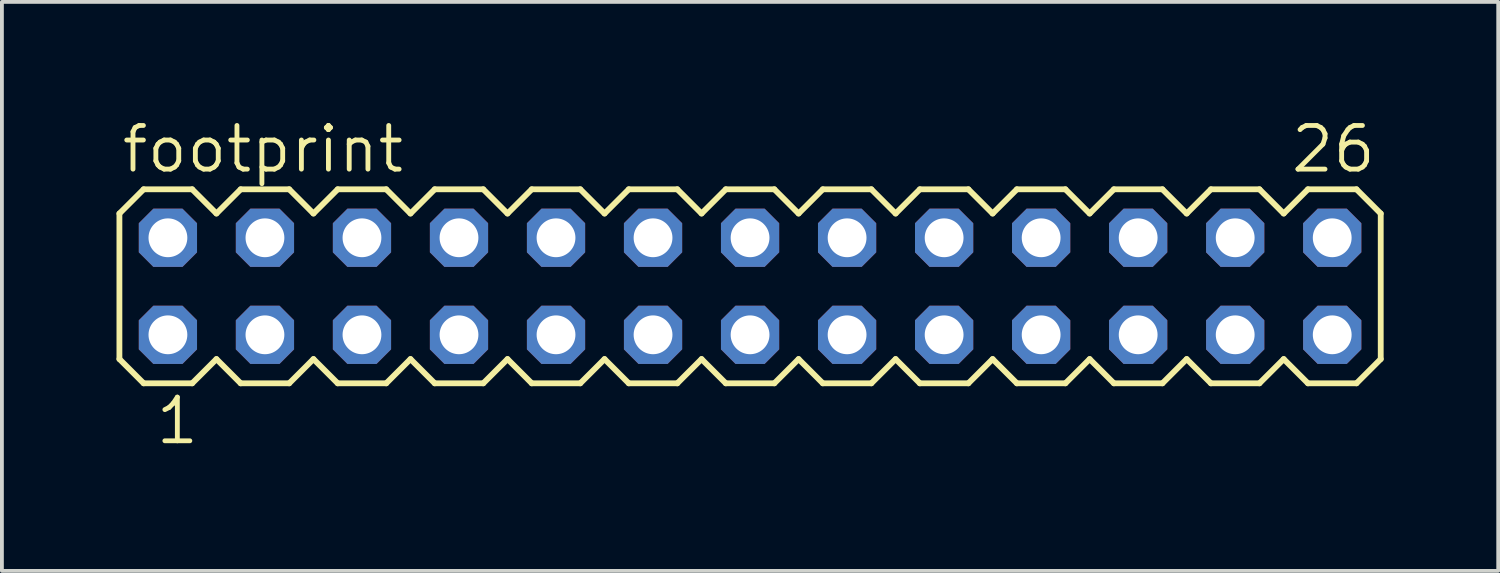
<source format=kicad_pcb>
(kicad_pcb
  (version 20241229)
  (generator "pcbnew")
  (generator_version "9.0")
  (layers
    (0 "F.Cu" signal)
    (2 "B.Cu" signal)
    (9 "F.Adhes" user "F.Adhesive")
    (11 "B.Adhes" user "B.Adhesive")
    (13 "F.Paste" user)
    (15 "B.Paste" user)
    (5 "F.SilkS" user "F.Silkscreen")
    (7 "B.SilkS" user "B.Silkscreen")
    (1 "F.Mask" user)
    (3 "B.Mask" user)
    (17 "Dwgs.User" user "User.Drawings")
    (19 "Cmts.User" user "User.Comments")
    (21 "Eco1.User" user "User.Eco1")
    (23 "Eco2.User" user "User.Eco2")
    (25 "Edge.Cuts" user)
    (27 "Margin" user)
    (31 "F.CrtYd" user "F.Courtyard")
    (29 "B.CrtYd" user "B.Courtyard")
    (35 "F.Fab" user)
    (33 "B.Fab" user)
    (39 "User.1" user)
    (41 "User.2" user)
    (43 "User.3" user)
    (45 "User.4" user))
  (footprint "footprint"
    (layer "F.Cu")
    (at 16.586 4.445)
    (property "Reference" "footprint" (at -16.51 -2.921 0) (layer "F.SilkS") (effects (font (size 1.143 1.143) (thickness 0.127)) (justify left bottom)))
    (fp_line (start -16.51 -1.905) (end -16.51 1.905) (stroke (width 0.152) (type solid)) (layer "F.SilkS"))
    (fp_line (start -16.51 1.905) (end -15.875 2.54) (stroke (width 0.152) (type solid)) (layer "F.SilkS"))
    (fp_line (start -15.875 -2.54) (end -16.51 -1.905) (stroke (width 0.152) (type solid)) (layer "F.SilkS"))
    (fp_line (start -15.875 -2.54) (end -14.605 -2.54) (stroke (width 0.152) (type solid)) (layer "F.SilkS"))
    (fp_line (start -14.605 -2.54) (end -13.97 -1.905) (stroke (width 0.152) (type solid)) (layer "F.SilkS"))
    (fp_line (start -14.605 2.54) (end -15.875 2.54) (stroke (width 0.152) (type solid)) (layer "F.SilkS"))
    (fp_line (start -13.97 -1.905) (end -13.335 -2.54) (stroke (width 0.152) (type solid)) (layer "F.SilkS"))
    (fp_line (start -13.97 1.905) (end -14.605 2.54) (stroke (width 0.152) (type solid)) (layer "F.SilkS"))
    (fp_line (start -13.335 -2.54) (end -12.065 -2.54) (stroke (width 0.152) (type solid)) (layer "F.SilkS"))
    (fp_line (start -13.335 2.54) (end -13.97 1.905) (stroke (width 0.152) (type solid)) (layer "F.SilkS"))
    (fp_line (start -12.065 -2.54) (end -11.43 -1.905) (stroke (width 0.152) (type solid)) (layer "F.SilkS"))
    (fp_line (start -12.065 2.54) (end -13.335 2.54) (stroke (width 0.152) (type solid)) (layer "F.SilkS"))
    (fp_line (start -11.43 -1.905) (end -10.795 -2.54) (stroke (width 0.152) (type solid)) (layer "F.SilkS"))
    (fp_line (start -11.43 1.905) (end -12.065 2.54) (stroke (width 0.152) (type solid)) (layer "F.SilkS"))
    (fp_line (start -10.795 -2.54) (end -9.525 -2.54) (stroke (width 0.152) (type solid)) (layer "F.SilkS"))
    (fp_line (start -10.795 2.54) (end -11.43 1.905) (stroke (width 0.152) (type solid)) (layer "F.SilkS"))
    (fp_line (start -9.525 -2.54) (end -8.89 -1.905) (stroke (width 0.152) (type solid)) (layer "F.SilkS"))
    (fp_line (start -9.525 2.54) (end -10.795 2.54) (stroke (width 0.152) (type solid)) (layer "F.SilkS"))
    (fp_line (start -8.89 1.905) (end -9.525 2.54) (stroke (width 0.152) (type solid)) (layer "F.SilkS"))
    (fp_line (start -8.89 1.905) (end -8.255 2.54) (stroke (width 0.152) (type solid)) (layer "F.SilkS"))
    (fp_line (start -8.255 -2.54) (end -8.89 -1.905) (stroke (width 0.152) (type solid)) (layer "F.SilkS"))
    (fp_line (start -8.255 -2.54) (end -6.985 -2.54) (stroke (width 0.152) (type solid)) (layer "F.SilkS"))
    (fp_line (start -6.985 -2.54) (end -6.35 -1.905) (stroke (width 0.152) (type solid)) (layer "F.SilkS"))
    (fp_line (start -6.985 2.54) (end -8.255 2.54) (stroke (width 0.152) (type solid)) (layer "F.SilkS"))
    (fp_line (start -6.35 -1.905) (end -5.715 -2.54) (stroke (width 0.152) (type solid)) (layer "F.SilkS"))
    (fp_line (start -6.35 1.905) (end -6.985 2.54) (stroke (width 0.152) (type solid)) (layer "F.SilkS"))
    (fp_line (start -5.715 -2.54) (end -4.445 -2.54) (stroke (width 0.152) (type solid)) (layer "F.SilkS"))
    (fp_line (start -5.715 2.54) (end -6.35 1.905) (stroke (width 0.152) (type solid)) (layer "F.SilkS"))
    (fp_line (start -4.445 -2.54) (end -3.81 -1.905) (stroke (width 0.152) (type solid)) (layer "F.SilkS"))
    (fp_line (start -4.445 2.54) (end -5.715 2.54) (stroke (width 0.152) (type solid)) (layer "F.SilkS"))
    (fp_line (start -3.81 -1.905) (end -3.175 -2.54) (stroke (width 0.152) (type solid)) (layer "F.SilkS"))
    (fp_line (start -3.81 1.905) (end -4.445 2.54) (stroke (width 0.152) (type solid)) (layer "F.SilkS"))
    (fp_line (start -3.175 -2.54) (end -1.905 -2.54) (stroke (width 0.152) (type solid)) (layer "F.SilkS"))
    (fp_line (start -3.175 2.54) (end -3.81 1.905) (stroke (width 0.152) (type solid)) (layer "F.SilkS"))
    (fp_line (start -1.905 -2.54) (end -1.27 -1.905) (stroke (width 0.152) (type solid)) (layer "F.SilkS"))
    (fp_line (start -1.905 2.54) (end -3.175 2.54) (stroke (width 0.152) (type solid)) (layer "F.SilkS"))
    (fp_line (start -1.27 -1.905) (end -0.635 -2.54) (stroke (width 0.152) (type solid)) (layer "F.SilkS"))
    (fp_line (start -1.27 1.905) (end -1.905 2.54) (stroke (width 0.152) (type solid)) (layer "F.SilkS"))
    (fp_line (start -0.635 -2.54) (end 0.635 -2.54) (stroke (width 0.152) (type solid)) (layer "F.SilkS"))
    (fp_line (start -0.635 2.54) (end -1.27 1.905) (stroke (width 0.152) (type solid)) (layer "F.SilkS"))
    (fp_line (start 0.635 -2.54) (end 1.27 -1.905) (stroke (width 0.152) (type solid)) (layer "F.SilkS"))
    (fp_line (start 0.635 2.54) (end -0.635 2.54) (stroke (width 0.152) (type solid)) (layer "F.SilkS"))
    (fp_line (start 1.27 1.905) (end 0.635 2.54) (stroke (width 0.152) (type solid)) (layer "F.SilkS"))
    (fp_line (start 1.27 1.905) (end 1.905 2.54) (stroke (width 0.152) (type solid)) (layer "F.SilkS"))
    (fp_line (start 1.905 -2.54) (end 1.27 -1.905) (stroke (width 0.152) (type solid)) (layer "F.SilkS"))
    (fp_line (start 1.905 -2.54) (end 3.175 -2.54) (stroke (width 0.152) (type solid)) (layer "F.SilkS"))
    (fp_line (start 3.175 -2.54) (end 3.81 -1.905) (stroke (width 0.152) (type solid)) (layer "F.SilkS"))
    (fp_line (start 3.175 2.54) (end 1.905 2.54) (stroke (width 0.152) (type solid)) (layer "F.SilkS"))
    (fp_line (start 3.81 -1.905) (end 4.445 -2.54) (stroke (width 0.152) (type solid)) (layer "F.SilkS"))
    (fp_line (start 3.81 1.905) (end 3.175 2.54) (stroke (width 0.152) (type solid)) (layer "F.SilkS"))
    (fp_line (start 4.445 -2.54) (end 5.715 -2.54) (stroke (width 0.152) (type solid)) (layer "F.SilkS"))
    (fp_line (start 4.445 2.54) (end 3.81 1.905) (stroke (width 0.152) (type solid)) (layer "F.SilkS"))
    (fp_line (start 5.715 -2.54) (end 6.35 -1.905) (stroke (width 0.152) (type solid)) (layer "F.SilkS"))
    (fp_line (start 5.715 2.54) (end 4.445 2.54) (stroke (width 0.152) (type solid)) (layer "F.SilkS"))
    (fp_line (start 6.35 -1.905) (end 6.985 -2.54) (stroke (width 0.152) (type solid)) (layer "F.SilkS"))
    (fp_line (start 6.35 1.905) (end 5.715 2.54) (stroke (width 0.152) (type solid)) (layer "F.SilkS"))
    (fp_line (start 6.985 -2.54) (end 8.255 -2.54) (stroke (width 0.152) (type solid)) (layer "F.SilkS"))
    (fp_line (start 6.985 2.54) (end 6.35 1.905) (stroke (width 0.152) (type solid)) (layer "F.SilkS"))
    (fp_line (start 8.255 -2.54) (end 8.89 -1.905) (stroke (width 0.152) (type solid)) (layer "F.SilkS"))
    (fp_line (start 8.255 2.54) (end 6.985 2.54) (stroke (width 0.152) (type solid)) (layer "F.SilkS"))
    (fp_line (start 8.89 1.905) (end 8.255 2.54) (stroke (width 0.152) (type solid)) (layer "F.SilkS"))
    (fp_line (start 8.89 1.905) (end 9.525 2.54) (stroke (width 0.152) (type solid)) (layer "F.SilkS"))
    (fp_line (start 9.525 -2.54) (end 8.89 -1.905) (stroke (width 0.152) (type solid)) (layer "F.SilkS"))
    (fp_line (start 9.525 -2.54) (end 10.795 -2.54) (stroke (width 0.152) (type solid)) (layer "F.SilkS"))
    (fp_line (start 10.795 -2.54) (end 11.43 -1.905) (stroke (width 0.152) (type solid)) (layer "F.SilkS"))
    (fp_line (start 10.795 2.54) (end 9.525 2.54) (stroke (width 0.152) (type solid)) (layer "F.SilkS"))
    (fp_line (start 11.43 -1.905) (end 12.065 -2.54) (stroke (width 0.152) (type solid)) (layer "F.SilkS"))
    (fp_line (start 11.43 1.905) (end 10.795 2.54) (stroke (width 0.152) (type solid)) (layer "F.SilkS"))
    (fp_line (start 12.065 -2.54) (end 13.335 -2.54) (stroke (width 0.152) (type solid)) (layer "F.SilkS"))
    (fp_line (start 12.065 2.54) (end 11.43 1.905) (stroke (width 0.152) (type solid)) (layer "F.SilkS"))
    (fp_line (start 13.335 -2.54) (end 13.97 -1.905) (stroke (width 0.152) (type solid)) (layer "F.SilkS"))
    (fp_line (start 13.335 2.54) (end 12.065 2.54) (stroke (width 0.152) (type solid)) (layer "F.SilkS"))
    (fp_line (start 13.97 -1.905) (end 14.605 -2.54) (stroke (width 0.152) (type solid)) (layer "F.SilkS"))
    (fp_line (start 13.97 1.905) (end 13.335 2.54) (stroke (width 0.152) (type solid)) (layer "F.SilkS"))
    (fp_line (start 14.605 -2.54) (end 15.875 -2.54) (stroke (width 0.152) (type solid)) (layer "F.SilkS"))
    (fp_line (start 14.605 2.54) (end 13.97 1.905) (stroke (width 0.152) (type solid)) (layer "F.SilkS"))
    (fp_line (start 15.875 -2.54) (end 16.51 -1.905) (stroke (width 0.152) (type solid)) (layer "F.SilkS"))
    (fp_line (start 15.875 2.54) (end 14.605 2.54) (stroke (width 0.152) (type solid)) (layer "F.SilkS"))
    (fp_line (start 16.51 -1.905) (end 16.51 1.905) (stroke (width 0.152) (type solid)) (layer "F.SilkS"))
    (fp_line (start 16.51 1.905) (end 15.875 2.54) (stroke (width 0.152) (type solid)) (layer "F.SilkS"))
    (fp_poly (pts (xy -15.494 -1.016) (xy -14.986 -1.016) (xy -14.986 -1.524) (xy -15.494 -1.524)) (stroke (width 0.1) (type solid)) (fill no) (layer "F.Fab"))
    (fp_poly (pts (xy -15.494 1.524) (xy -14.986 1.524) (xy -14.986 1.016) (xy -15.494 1.016)) (stroke (width 0.1) (type solid)) (fill no) (layer "F.Fab"))
    (fp_poly (pts (xy -12.954 -1.016) (xy -12.446 -1.016) (xy -12.446 -1.524) (xy -12.954 -1.524)) (stroke (width 0.1) (type solid)) (fill no) (layer "F.Fab"))
    (fp_poly (pts (xy -12.954 1.524) (xy -12.446 1.524) (xy -12.446 1.016) (xy -12.954 1.016)) (stroke (width 0.1) (type solid)) (fill no) (layer "F.Fab"))
    (fp_poly (pts (xy -10.414 -1.016) (xy -9.906 -1.016) (xy -9.906 -1.524) (xy -10.414 -1.524)) (stroke (width 0.1) (type solid)) (fill no) (layer "F.Fab"))
    (fp_poly (pts (xy -10.414 1.524) (xy -9.906 1.524) (xy -9.906 1.016) (xy -10.414 1.016)) (stroke (width 0.1) (type solid)) (fill no) (layer "F.Fab"))
    (fp_poly (pts (xy -7.874 -1.016) (xy -7.366 -1.016) (xy -7.366 -1.524) (xy -7.874 -1.524)) (stroke (width 0.1) (type solid)) (fill no) (layer "F.Fab"))
    (fp_poly (pts (xy -7.874 1.524) (xy -7.366 1.524) (xy -7.366 1.016) (xy -7.874 1.016)) (stroke (width 0.1) (type solid)) (fill no) (layer "F.Fab"))
    (fp_poly (pts (xy -5.334 -1.016) (xy -4.826 -1.016) (xy -4.826 -1.524) (xy -5.334 -1.524)) (stroke (width 0.1) (type solid)) (fill no) (layer "F.Fab"))
    (fp_poly (pts (xy -5.334 1.524) (xy -4.826 1.524) (xy -4.826 1.016) (xy -5.334 1.016)) (stroke (width 0.1) (type solid)) (fill no) (layer "F.Fab"))
    (fp_poly (pts (xy -2.794 -1.016) (xy -2.286 -1.016) (xy -2.286 -1.524) (xy -2.794 -1.524)) (stroke (width 0.1) (type solid)) (fill no) (layer "F.Fab"))
    (fp_poly (pts (xy -2.794 1.524) (xy -2.286 1.524) (xy -2.286 1.016) (xy -2.794 1.016)) (stroke (width 0.1) (type solid)) (fill no) (layer "F.Fab"))
    (fp_poly (pts (xy -0.254 -1.016) (xy 0.254 -1.016) (xy 0.254 -1.524) (xy -0.254 -1.524)) (stroke (width 0.1) (type solid)) (fill no) (layer "F.Fab"))
    (fp_poly (pts (xy -0.254 1.524) (xy 0.254 1.524) (xy 0.254 1.016) (xy -0.254 1.016)) (stroke (width 0.1) (type solid)) (fill no) (layer "F.Fab"))
    (fp_poly (pts (xy 2.286 -1.016) (xy 2.794 -1.016) (xy 2.794 -1.524) (xy 2.286 -1.524)) (stroke (width 0.1) (type solid)) (fill no) (layer "F.Fab"))
    (fp_poly (pts (xy 2.286 1.524) (xy 2.794 1.524) (xy 2.794 1.016) (xy 2.286 1.016)) (stroke (width 0.1) (type solid)) (fill no) (layer "F.Fab"))
    (fp_poly (pts (xy 4.826 -1.016) (xy 5.334 -1.016) (xy 5.334 -1.524) (xy 4.826 -1.524)) (stroke (width 0.1) (type solid)) (fill no) (layer "F.Fab"))
    (fp_poly (pts (xy 4.826 1.524) (xy 5.334 1.524) (xy 5.334 1.016) (xy 4.826 1.016)) (stroke (width 0.1) (type solid)) (fill no) (layer "F.Fab"))
    (fp_poly (pts (xy 7.366 -1.016) (xy 7.874 -1.016) (xy 7.874 -1.524) (xy 7.366 -1.524)) (stroke (width 0.1) (type solid)) (fill no) (layer "F.Fab"))
    (fp_poly (pts (xy 7.366 1.524) (xy 7.874 1.524) (xy 7.874 1.016) (xy 7.366 1.016)) (stroke (width 0.1) (type solid)) (fill no) (layer "F.Fab"))
    (fp_poly (pts (xy 9.906 -1.016) (xy 10.414 -1.016) (xy 10.414 -1.524) (xy 9.906 -1.524)) (stroke (width 0.1) (type solid)) (fill no) (layer "F.Fab"))
    (fp_poly (pts (xy 9.906 1.524) (xy 10.414 1.524) (xy 10.414 1.016) (xy 9.906 1.016)) (stroke (width 0.1) (type solid)) (fill no) (layer "F.Fab"))
    (fp_poly (pts (xy 12.446 -1.016) (xy 12.954 -1.016) (xy 12.954 -1.524) (xy 12.446 -1.524)) (stroke (width 0.1) (type solid)) (fill no) (layer "F.Fab"))
    (fp_poly (pts (xy 12.446 1.524) (xy 12.954 1.524) (xy 12.954 1.016) (xy 12.446 1.016)) (stroke (width 0.1) (type solid)) (fill no) (layer "F.Fab"))
    (fp_poly (pts (xy 14.986 -1.016) (xy 15.494 -1.016) (xy 15.494 -1.524) (xy 14.986 -1.524)) (stroke (width 0.1) (type solid)) (fill no) (layer "F.Fab"))
    (fp_poly (pts (xy 14.986 1.524) (xy 15.494 1.524) (xy 15.494 1.016) (xy 14.986 1.016)) (stroke (width 0.1) (type solid)) (fill no) (layer "F.Fab"))
    (fp_text user "1" (at -15.621 4.191 0) (layer "F.SilkS") (effects (font (size 1.143 1.143) (thickness 0.127)) (justify left bottom)))
    (fp_text user "26" (at 14.097 -2.921 0) (layer "F.SilkS") (effects (font (size 1.143 1.143) (thickness 0.127)) (justify left bottom)))
    (pad "1" thru_hole roundrect (at -15.24 1.27) (size 1.524 1.524) (drill 1.016) (layers "*.Cu" "*.Mask") (roundrect_rratio 0.25) (chamfer_ratio 0.25) (chamfer top_left top_right bottom_left bottom_right))
    (pad "2" thru_hole roundrect (at -15.24 -1.27) (size 1.524 1.524) (drill 1.016) (layers "*.Cu" "*.Mask") (roundrect_rratio 0.25) (chamfer_ratio 0.25) (chamfer top_left top_right bottom_left bottom_right))
    (pad "3" thru_hole roundrect (at -12.7 1.27) (size 1.524 1.524) (drill 1.016) (layers "*.Cu" "*.Mask") (roundrect_rratio 0.25) (chamfer_ratio 0.25) (chamfer top_left top_right bottom_left bottom_right))
    (pad "4" thru_hole roundrect (at -12.7 -1.27) (size 1.524 1.524) (drill 1.016) (layers "*.Cu" "*.Mask") (roundrect_rratio 0.25) (chamfer_ratio 0.25) (chamfer top_left top_right bottom_left bottom_right))
    (pad "5" thru_hole roundrect (at -10.16 1.27) (size 1.524 1.524) (drill 1.016) (layers "*.Cu" "*.Mask") (roundrect_rratio 0.25) (chamfer_ratio 0.25) (chamfer top_left top_right bottom_left bottom_right))
    (pad "6" thru_hole roundrect (at -10.16 -1.27) (size 1.524 1.524) (drill 1.016) (layers "*.Cu" "*.Mask") (roundrect_rratio 0.25) (chamfer_ratio 0.25) (chamfer top_left top_right bottom_left bottom_right))
    (pad "7" thru_hole roundrect (at -7.62 1.27) (size 1.524 1.524) (drill 1.016) (layers "*.Cu" "*.Mask") (roundrect_rratio 0.25) (chamfer_ratio 0.25) (chamfer top_left top_right bottom_left bottom_right))
    (pad "8" thru_hole roundrect (at -7.62 -1.27) (size 1.524 1.524) (drill 1.016) (layers "*.Cu" "*.Mask") (roundrect_rratio 0.25) (chamfer_ratio 0.25) (chamfer top_left top_right bottom_left bottom_right))
    (pad "9" thru_hole roundrect (at -5.08 1.27) (size 1.524 1.524) (drill 1.016) (layers "*.Cu" "*.Mask") (roundrect_rratio 0.25) (chamfer_ratio 0.25) (chamfer top_left top_right bottom_left bottom_right))
    (pad "10" thru_hole roundrect (at -5.08 -1.27) (size 1.524 1.524) (drill 1.016) (layers "*.Cu" "*.Mask") (roundrect_rratio 0.25) (chamfer_ratio 0.25) (chamfer top_left top_right bottom_left bottom_right))
    (pad "11" thru_hole roundrect (at -2.54 1.27) (size 1.524 1.524) (drill 1.016) (layers "*.Cu" "*.Mask") (roundrect_rratio 0.25) (chamfer_ratio 0.25) (chamfer top_left top_right bottom_left bottom_right))
    (pad "12" thru_hole roundrect (at -2.54 -1.27) (size 1.524 1.524) (drill 1.016) (layers "*.Cu" "*.Mask") (roundrect_rratio 0.25) (chamfer_ratio 0.25) (chamfer top_left top_right bottom_left bottom_right))
    (pad "13" thru_hole roundrect (at 0 1.27) (size 1.524 1.524) (drill 1.016) (layers "*.Cu" "*.Mask") (roundrect_rratio 0.25) (chamfer_ratio 0.25) (chamfer top_left top_right bottom_left bottom_right))
    (pad "14" thru_hole roundrect (at 0 -1.27) (size 1.524 1.524) (drill 1.016) (layers "*.Cu" "*.Mask") (roundrect_rratio 0.25) (chamfer_ratio 0.25) (chamfer top_left top_right bottom_left bottom_right))
    (pad "15" thru_hole roundrect (at 2.54 1.27) (size 1.524 1.524) (drill 1.016) (layers "*.Cu" "*.Mask") (roundrect_rratio 0.25) (chamfer_ratio 0.25) (chamfer top_left top_right bottom_left bottom_right))
    (pad "16" thru_hole roundrect (at 2.54 -1.27) (size 1.524 1.524) (drill 1.016) (layers "*.Cu" "*.Mask") (roundrect_rratio 0.25) (chamfer_ratio 0.25) (chamfer top_left top_right bottom_left bottom_right))
    (pad "17" thru_hole roundrect (at 5.08 1.27) (size 1.524 1.524) (drill 1.016) (layers "*.Cu" "*.Mask") (roundrect_rratio 0.25) (chamfer_ratio 0.25) (chamfer top_left top_right bottom_left bottom_right))
    (pad "18" thru_hole roundrect (at 5.08 -1.27) (size 1.524 1.524) (drill 1.016) (layers "*.Cu" "*.Mask") (roundrect_rratio 0.25) (chamfer_ratio 0.25) (chamfer top_left top_right bottom_left bottom_right))
    (pad "19" thru_hole roundrect (at 7.62 1.27) (size 1.524 1.524) (drill 1.016) (layers "*.Cu" "*.Mask") (roundrect_rratio 0.25) (chamfer_ratio 0.25) (chamfer top_left top_right bottom_left bottom_right))
    (pad "20" thru_hole roundrect (at 7.62 -1.27) (size 1.524 1.524) (drill 1.016) (layers "*.Cu" "*.Mask") (roundrect_rratio 0.25) (chamfer_ratio 0.25) (chamfer top_left top_right bottom_left bottom_right))
    (pad "21" thru_hole roundrect (at 10.16 1.27) (size 1.524 1.524) (drill 1.016) (layers "*.Cu" "*.Mask") (roundrect_rratio 0.25) (chamfer_ratio 0.25) (chamfer top_left top_right bottom_left bottom_right))
    (pad "22" thru_hole roundrect (at 10.16 -1.27) (size 1.524 1.524) (drill 1.016) (layers "*.Cu" "*.Mask") (roundrect_rratio 0.25) (chamfer_ratio 0.25) (chamfer top_left top_right bottom_left bottom_right))
    (pad "23" thru_hole roundrect (at 12.7 1.27) (size 1.524 1.524) (drill 1.016) (layers "*.Cu" "*.Mask") (roundrect_rratio 0.25) (chamfer_ratio 0.25) (chamfer top_left top_right bottom_left bottom_right))
    (pad "24" thru_hole roundrect (at 12.7 -1.27) (size 1.524 1.524) (drill 1.016) (layers "*.Cu" "*.Mask") (roundrect_rratio 0.25) (chamfer_ratio 0.25) (chamfer top_left top_right bottom_left bottom_right))
    (pad "25" thru_hole roundrect (at 15.24 1.27) (size 1.524 1.524) (drill 1.016) (layers "*.Cu" "*.Mask") (roundrect_rratio 0.25) (chamfer_ratio 0.25) (chamfer top_left top_right bottom_left bottom_right))
    (pad "26" thru_hole roundrect (at 15.24 -1.27) (size 1.524 1.524) (drill 1.016) (layers "*.Cu" "*.Mask") (roundrect_rratio 0.25) (chamfer_ratio 0.25) (chamfer top_left top_right bottom_left bottom_right)))
  (gr_rect
    (start -3 -3)
    (end 36.172 11.895)
    (stroke (width 0.1) (type default))
    (fill no)
    (layer "Edge.Cuts")))
</source>
